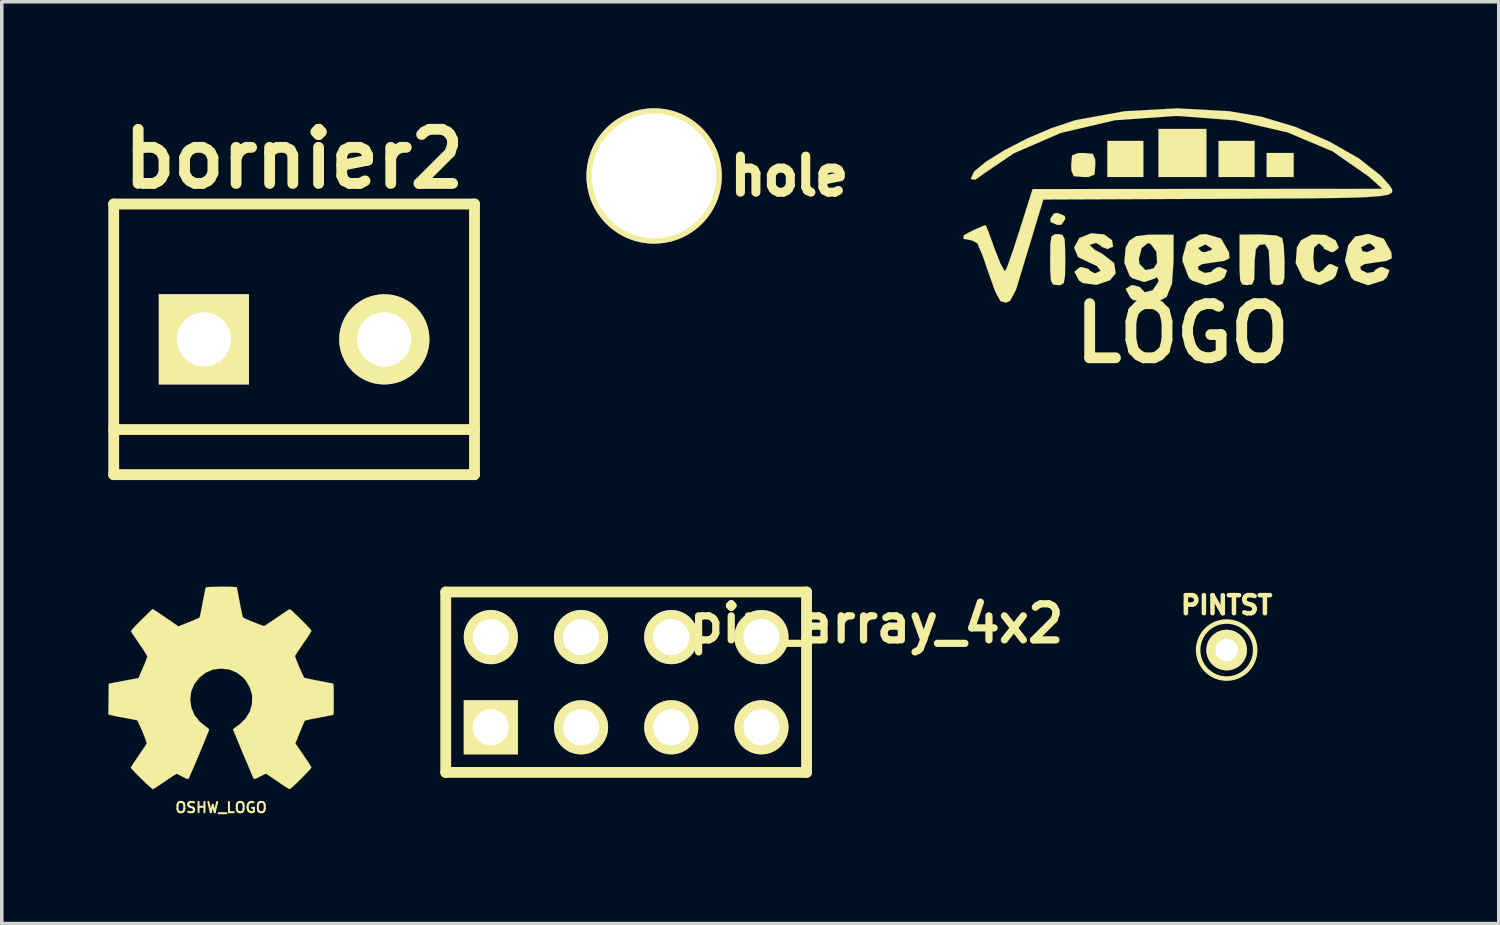
<source format=kicad_pcb>
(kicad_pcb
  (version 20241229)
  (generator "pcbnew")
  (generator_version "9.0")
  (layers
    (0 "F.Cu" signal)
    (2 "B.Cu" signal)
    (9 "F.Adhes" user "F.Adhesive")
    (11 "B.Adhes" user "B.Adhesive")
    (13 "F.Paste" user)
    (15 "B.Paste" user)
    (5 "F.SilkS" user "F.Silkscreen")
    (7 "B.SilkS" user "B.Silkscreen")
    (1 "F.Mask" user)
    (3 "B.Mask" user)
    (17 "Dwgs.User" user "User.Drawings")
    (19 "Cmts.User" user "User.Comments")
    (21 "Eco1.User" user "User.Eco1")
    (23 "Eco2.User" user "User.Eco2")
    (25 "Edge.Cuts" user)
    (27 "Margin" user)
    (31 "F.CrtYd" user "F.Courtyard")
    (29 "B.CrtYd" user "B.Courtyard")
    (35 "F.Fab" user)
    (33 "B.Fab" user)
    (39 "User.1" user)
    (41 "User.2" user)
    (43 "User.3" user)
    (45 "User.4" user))
  (footprint "LOGO"
    (layer "F.Cu")
    (at 30.248 2.696)
    (property "Reference" "LOGO" (at 0 3.64 0) (layer "F.SilkS") (effects (font (size 1.524 1.524) (thickness 0.305))))
    (attr through_hole)
    (fp_poly (pts (xy -1.1 -0.762) (xy -1.1 -1.778) (xy -2.116 -1.778) (xy -2.116 -0.762) (xy -1.1 -0.762)) (stroke (width 0.003) (type solid)) (fill yes) (layer "F.SilkS"))
    (fp_poly (pts (xy 0.676 -0.762) (xy 0.676 -2.116) (xy -0.676 -2.116) (xy -0.676 -0.762) (xy 0.676 -0.762)) (stroke (width 0.003) (type solid)) (fill yes) (layer "F.SilkS"))
    (fp_poly (pts (xy 2.032 -0.762) (xy 2.032 -1.778) (xy 1.016 -1.778) (xy 1.016 -0.762) (xy 2.032 -0.762)) (stroke (width 0.003) (type solid)) (fill yes) (layer "F.SilkS"))
    (fp_poly (pts (xy 3.132 -0.762) (xy 3.132 -1.438) (xy 2.37 -1.438) (xy 2.37 -0.762) (xy 3.132 -0.762)) (stroke (width 0.003) (type solid)) (fill yes) (layer "F.SilkS"))
    (fp_poly (pts (xy -3.513 0.592) (xy -3.404 0.579) (xy -3.299 0.422) (xy -3.315 0.335) (xy -3.513 0.251) (xy -3.619 0.264) (xy -3.724 0.422) (xy -3.711 0.508) (xy -3.513 0.592)) (stroke (width 0.003) (type solid)) (fill yes) (layer "F.SilkS"))
    (fp_poly (pts (xy -2.791 -0.762) (xy -2.639 -0.762) (xy -2.477 -0.831) (xy -2.454 -1.1) (xy -2.456 -1.255) (xy -2.525 -1.415) (xy -2.791 -1.438) (xy -2.946 -1.435) (xy -3.109 -1.369) (xy -3.132 -1.1) (xy -3.129 -0.945) (xy -3.061 -0.785) (xy -2.791 -0.762)) (stroke (width 0.003) (type solid)) (fill yes) (layer "F.SilkS"))
    (fp_poly (pts (xy -3.513 2.283) (xy -3.432 2.281) (xy -3.34 2.223) (xy -3.307 2.017) (xy -3.299 1.565) (xy -3.302 1.29) (xy -3.32 0.98) (xy -3.381 0.864) (xy -3.513 0.846) (xy -3.594 0.848) (xy -3.686 0.907) (xy -3.719 1.115) (xy -3.724 1.565) (xy -3.724 1.839) (xy -3.706 2.149) (xy -3.645 2.266) (xy -3.513 2.283)) (stroke (width 0.003) (type solid)) (fill yes) (layer "F.SilkS"))
    (fp_poly (pts (xy 2.667 2.283) (xy 2.705 2.283) (xy 2.824 2.248) (xy 2.87 2.078) (xy 2.875 1.671) (xy 2.875 1.593) (xy 2.852 1.176) (xy 2.809 0.955) (xy 2.634 0.884) (xy 2.177 0.856) (xy 1.608 0.861) (xy 1.608 1.572) (xy 1.608 1.836) (xy 1.626 2.149) (xy 1.687 2.266) (xy 1.819 2.283) (xy 1.963 2.261) (xy 2.022 2.116) (xy 2.032 1.742) (xy 2.032 1.621) (xy 2.065 1.278) (xy 2.167 1.151) (xy 2.327 1.13) (xy 2.428 1.3) (xy 2.454 1.74) (xy 2.464 2.113) (xy 2.52 2.261) (xy 2.667 2.283)) (stroke (width 0.003) (type solid)) (fill yes) (layer "F.SilkS"))
    (fp_poly (pts (xy 3.863 2.281) (xy 4.232 2.116) (xy 4.315 2.019) (xy 4.389 1.786) (xy 4.191 1.692) (xy 4.12 1.697) (xy 3.978 1.826) (xy 3.975 1.849) (xy 3.83 1.93) (xy 3.716 1.836) (xy 3.683 1.521) (xy 3.708 1.227) (xy 3.83 1.115) (xy 3.858 1.113) (xy 3.978 1.219) (xy 3.985 1.262) (xy 4.191 1.354) (xy 4.26 1.349) (xy 4.402 1.232) (xy 4.315 1.026) (xy 4.021 0.869) (xy 3.647 0.859) (xy 3.338 1.021) (xy 3.223 1.217) (xy 3.19 1.664) (xy 3.381 2.068) (xy 3.47 2.149) (xy 3.863 2.281)) (stroke (width 0.003) (type solid)) (fill yes) (layer "F.SilkS"))
    (fp_poly (pts (xy -2.423 2.276) (xy -2.045 2.149) (xy -1.88 1.951) (xy -1.925 1.659) (xy -2.263 1.397) (xy -2.471 1.29) (xy -2.616 1.151) (xy -2.454 1.1) (xy -2.416 1.102) (xy -2.283 1.184) (xy -2.281 1.204) (xy -2.116 1.267) (xy -1.953 1.199) (xy -1.981 1.019) (xy -2.207 0.856) (xy -2.565 0.823) (xy -2.903 0.955) (xy -3.045 1.212) (xy -3.045 1.245) (xy -2.939 1.494) (xy -2.586 1.664) (xy -2.41 1.745) (xy -2.304 1.88) (xy -2.446 1.946) (xy -2.492 1.943) (xy -2.624 1.862) (xy -2.639 1.831) (xy -2.835 1.775) (xy -2.893 1.781) (xy -3.043 1.908) (xy -2.913 2.151) (xy -2.804 2.225) (xy -2.423 2.276)) (stroke (width 0.003) (type solid)) (fill yes) (layer "F.SilkS"))
    (fp_poly (pts (xy 5.227 2.286) (xy 5.652 2.154) (xy 5.756 2.065) (xy 5.829 1.864) (xy 5.629 1.775) (xy 5.552 1.783) (xy 5.418 1.862) (xy 5.39 1.91) (xy 5.204 1.941) (xy 5.032 1.857) (xy 5.004 1.768) (xy 5.121 1.692) (xy 5.199 1.681) (xy 5.199 1.354) (xy 5.072 1.331) (xy 5.029 1.217) (xy 5.232 1.115) (xy 5.288 1.11) (xy 5.418 1.219) (xy 5.41 1.265) (xy 5.199 1.354) (xy 5.199 1.681) (xy 5.497 1.636) (xy 5.751 1.6) (xy 5.895 1.527) (xy 5.883 1.361) (xy 5.669 0.978) (xy 5.255 0.846) (xy 5.194 0.848) (xy 4.864 0.914) (xy 4.669 1.158) (xy 4.577 1.6) (xy 4.747 2.062) (xy 4.834 2.149) (xy 5.227 2.286)) (stroke (width 0.003) (type solid)) (fill yes) (layer "F.SilkS"))
    (fp_poly (pts (xy 0.655 2.286) (xy 1.079 2.154) (xy 1.184 2.065) (xy 1.257 1.864) (xy 1.057 1.775) (xy 0.98 1.783) (xy 0.846 1.862) (xy 0.818 1.91) (xy 0.632 1.941) (xy 0.46 1.857) (xy 0.432 1.768) (xy 0.549 1.692) (xy 0.635 1.679) (xy 0.635 1.354) (xy 0.546 1.346) (xy 0.445 1.247) (xy 0.45 1.234) (xy 0.635 1.14) (xy 0.655 1.143) (xy 0.826 1.247) (xy 0.826 1.29) (xy 0.635 1.354) (xy 0.635 1.679) (xy 0.925 1.636) (xy 1.179 1.6) (xy 1.323 1.527) (xy 1.311 1.361) (xy 1.087 0.97) (xy 0.663 0.846) (xy 0.49 0.859) (xy 0.124 1.067) (xy 0 1.511) (xy 0.005 1.615) (xy 0.175 2.062) (xy 0.262 2.149) (xy 0.655 2.286)) (stroke (width 0.003) (type solid)) (fill yes) (layer "F.SilkS"))
    (fp_poly (pts (xy -0.965 2.794) (xy -0.737 2.774) (xy -0.445 2.616) (xy -0.295 2.245) (xy -0.251 1.605) (xy -0.251 0.864) (xy -0.795 0.861) (xy -0.965 0.864) (xy -1.303 0.904) (xy -1.494 1.029) (xy -1.6 1.222) (xy -1.636 1.654) (xy -1.486 2.024) (xy -1.415 2.088) (xy -1.077 2.197) (xy -1.041 2.184) (xy -1.041 1.859) (xy -1.212 1.684) (xy -1.227 1.537) (xy -1.148 1.24) (xy -0.978 1.1) (xy -0.899 1.12) (xy -0.734 1.341) (xy -0.714 1.659) (xy -0.813 1.814) (xy -1.041 1.859) (xy -1.041 2.184) (xy -0.777 2.098) (xy -0.726 2.055) (xy -0.676 2.134) (xy -0.683 2.197) (xy -0.838 2.426) (xy -1.059 2.484) (xy -1.062 2.482) (xy -1.184 2.36) (xy -1.199 2.334) (xy -1.394 2.283) (xy -1.438 2.286) (xy -1.6 2.39) (xy -1.468 2.639) (xy -1.394 2.7) (xy -0.965 2.794)) (stroke (width 0.003) (type solid)) (fill yes) (layer "F.SilkS"))
    (fp_poly (pts (xy -4.968 2.776) (xy -4.851 2.723) (xy -4.686 2.41) (xy -4.595 2.113) (xy -3.917 -0.127) (xy 1.003 -0.147) (xy 2.461 -0.155) (xy 3.609 -0.16) (xy 4.483 -0.173) (xy 5.118 -0.191) (xy 5.545 -0.221) (xy 5.796 -0.264) (xy 5.905 -0.328) (xy 5.905 -0.414) (xy 5.829 -0.526) (xy 5.707 -0.668) (xy 5.591 -0.795) (xy 4.966 -1.288) (xy 4.13 -1.763) (xy 3.183 -2.172) (xy 2.215 -2.461) (xy 1.318 -2.614) (xy -0.14 -2.695) (xy -1.631 -2.614) (xy -2.992 -2.367) (xy -3.04 -2.355) (xy -3.693 -2.136) (xy -4.371 -1.847) (xy -5.004 -1.521) (xy -5.524 -1.199) (xy -5.865 -0.919) (xy -5.956 -0.719) (xy -5.946 -0.699) (xy -5.832 -0.686) (xy -5.558 -0.881) (xy -4.747 -1.43) (xy -3.424 -2.004) (xy -1.9 -2.36) (xy -0.211 -2.479) (xy -0.107 -2.479) (xy 1.499 -2.355) (xy 2.962 -2.017) (xy 4.229 -1.483) (xy 5.253 -0.77) (xy 5.629 -0.429) (xy -4.221 -0.422) (xy -4.582 0.721) (xy -4.765 1.285) (xy -4.91 1.702) (xy -4.989 1.885) (xy -5.014 1.877) (xy -5.128 1.669) (xy -5.286 1.27) (xy -5.347 1.095) (xy -5.481 0.734) (xy -5.545 0.592) (xy -5.639 0.627) (xy -5.923 0.752) (xy -6.162 0.881) (xy -6.167 0.98) (xy -5.913 1.029) (xy -5.776 1.107) (xy -5.626 1.455) (xy -5.499 1.826) (xy -5.314 2.352) (xy -5.26 2.489) (xy -5.123 2.736) (xy -4.968 2.776)) (stroke (width 0.003) (type solid)) (fill yes) (layer "F.SilkS")))
  (footprint "bornier2"
    (layer "F.Cu")
    (at 5.232 6.506)
    (property "Reference" "bornier2" (at 0 -5.08 0) (layer "F.SilkS") (effects (font (size 1.524 1.524) (thickness 0.305))))
    (attr through_hole)
    (fp_line (start -5.08 -3.81) (end -5.08 3.81) (stroke (width 0.305) (type solid)) (layer "F.SilkS"))
    (fp_line (start -5.08 3.81) (end 5.08 3.81) (stroke (width 0.305) (type solid)) (layer "F.SilkS"))
    (fp_line (start 5.08 -3.81) (end -5.08 -3.81) (stroke (width 0.305) (type solid)) (layer "F.SilkS"))
    (fp_line (start 5.08 2.54) (end -5.08 2.54) (stroke (width 0.305) (type solid)) (layer "F.SilkS"))
    (fp_line (start 5.08 3.81) (end 5.08 -3.81) (stroke (width 0.305) (type solid)) (layer "F.SilkS"))
    (pad "1" thru_hole rect (at -2.54 0) (size 2.54 2.54) (drill 1.524) (layers "*.Cu" "*.Mask" "F.SilkS"))
    (pad "2" thru_hole circle (at 2.54 0) (size 2.54 2.54) (drill 1.524) (layers "*.Cu" "*.Mask" "F.SilkS")))
  (footprint "pin_array_4x2"
    (layer "F.Cu")
    (at 14.582 16.161)
    (property "Reference" "pin_array_4x2" (at 7.048 -1.651 0) (layer "F.SilkS") (effects (font (size 1.016 1.016) (thickness 0.203))))
    (attr through_hole)
    (fp_line (start -5.08 -2.54) (end 5.08 -2.54) (stroke (width 0.305) (type solid)) (layer "F.SilkS"))
    (fp_line (start -5.08 2.54) (end -5.08 -2.54) (stroke (width 0.305) (type solid)) (layer "F.SilkS"))
    (fp_line (start 5.08 -2.54) (end 5.08 2.54) (stroke (width 0.305) (type solid)) (layer "F.SilkS"))
    (fp_line (start 5.08 2.54) (end -5.08 2.54) (stroke (width 0.305) (type solid)) (layer "F.SilkS"))
    (pad "1" thru_hole rect (at -3.81 1.27) (size 1.524 1.524) (drill 1.016) (layers "*.Cu" "*.Mask" "F.SilkS"))
    (pad "2" thru_hole circle (at -3.81 -1.27) (size 1.524 1.524) (drill 1.016) (layers "*.Cu" "*.Mask" "F.SilkS"))
    (pad "3" thru_hole circle (at -1.27 1.27) (size 1.524 1.524) (drill 1.016) (layers "*.Cu" "*.Mask" "F.SilkS"))
    (pad "4" thru_hole circle (at -1.27 -1.27) (size 1.524 1.524) (drill 1.016) (layers "*.Cu" "*.Mask" "F.SilkS"))
    (pad "5" thru_hole circle (at 1.27 1.27) (size 1.524 1.524) (drill 1.016) (layers "*.Cu" "*.Mask" "F.SilkS"))
    (pad "6" thru_hole circle (at 1.27 -1.27) (size 1.524 1.524) (drill 1.016) (layers "*.Cu" "*.Mask" "F.SilkS"))
    (pad "7" thru_hole circle (at 3.81 1.27) (size 1.524 1.524) (drill 1.016) (layers "*.Cu" "*.Mask" "F.SilkS"))
    (pad "8" thru_hole circle (at 3.81 -1.27) (size 1.524 1.524) (drill 1.016) (layers "*.Cu" "*.Mask" "F.SilkS")))
  (footprint "PINTST"
    (layer "F.Cu")
    (at 31.493 15.256)
    (property "Reference" "PINTST" (at 0 -1.267 0) (layer "F.SilkS") (effects (font (size 0.508 0.508) (thickness 0.127))))
    (attr through_hole)
    (fp_circle (center 0 0) (end -0.254 -0.762) (stroke (width 0.127) (type solid)) (fill no) (layer "F.SilkS"))
    (pad "1" thru_hole circle (at 0 0) (size 1.143 1.143) (drill 0.635) (layers "*.Cu" "*.Mask" "F.SilkS")))
  (footprint "OSHW_LOGO"
    (layer "F.Cu")
    (at 3.176 16.323)
    (property "Reference" "OSHW_LOGO" (at 0 3.368 0) (layer "F.SilkS") (effects (font (size 0.29 0.29) (thickness 0.056))))
    (attr through_hole)
    (fp_poly (pts (xy -1.925 2.852) (xy -1.89 2.835) (xy -1.816 2.786) (xy -1.709 2.718) (xy -1.585 2.634) (xy -1.46 2.548) (xy -1.356 2.479) (xy -1.283 2.433) (xy -1.252 2.416) (xy -1.237 2.423) (xy -1.176 2.451) (xy -1.09 2.497) (xy -1.041 2.522) (xy -0.96 2.558) (xy -0.922 2.563) (xy -0.914 2.553) (xy -0.886 2.492) (xy -0.841 2.388) (xy -0.78 2.25) (xy -0.711 2.088) (xy -0.638 1.915) (xy -0.564 1.737) (xy -0.493 1.57) (xy -0.432 1.417) (xy -0.381 1.293) (xy -0.348 1.206) (xy -0.338 1.171) (xy -0.34 1.163) (xy -0.381 1.123) (xy -0.45 1.072) (xy -0.599 0.95) (xy -0.749 0.765) (xy -0.838 0.554) (xy -0.869 0.32) (xy -0.843 0.104) (xy -0.757 -0.104) (xy -0.612 -0.29) (xy -0.437 -0.429) (xy -0.231 -0.518) (xy 0 -0.546) (xy 0.221 -0.521) (xy 0.434 -0.437) (xy 0.62 -0.295) (xy 0.699 -0.203) (xy 0.808 -0.013) (xy 0.871 0.188) (xy 0.876 0.241) (xy 0.869 0.462) (xy 0.803 0.676) (xy 0.683 0.869) (xy 0.521 1.024) (xy 0.5 1.039) (xy 0.424 1.095) (xy 0.373 1.135) (xy 0.335 1.168) (xy 0.617 1.852) (xy 0.663 1.961) (xy 0.742 2.146) (xy 0.81 2.306) (xy 0.864 2.436) (xy 0.902 2.522) (xy 0.919 2.555) (xy 0.922 2.558) (xy 0.945 2.563) (xy 0.998 2.543) (xy 1.092 2.497) (xy 1.156 2.464) (xy 1.229 2.428) (xy 1.262 2.416) (xy 1.29 2.431) (xy 1.359 2.477) (xy 1.46 2.545) (xy 1.582 2.626) (xy 1.699 2.708) (xy 1.806 2.776) (xy 1.885 2.827) (xy 1.923 2.847) (xy 1.928 2.847) (xy 1.963 2.83) (xy 2.024 2.776) (xy 2.116 2.69) (xy 2.248 2.56) (xy 2.268 2.54) (xy 2.377 2.428) (xy 2.464 2.337) (xy 2.525 2.271) (xy 2.545 2.24) (xy 2.525 2.205) (xy 2.477 2.126) (xy 2.405 2.017) (xy 2.319 1.89) (xy 2.093 1.562) (xy 2.217 1.252) (xy 2.256 1.156) (xy 2.304 1.041) (xy 2.339 0.96) (xy 2.357 0.922) (xy 2.393 0.912) (xy 2.477 0.892) (xy 2.598 0.866) (xy 2.746 0.838) (xy 2.885 0.813) (xy 3.012 0.787) (xy 3.104 0.77) (xy 3.145 0.762) (xy 3.155 0.757) (xy 3.162 0.737) (xy 3.17 0.693) (xy 3.172 0.617) (xy 3.172 0.495) (xy 3.172 0.32) (xy 3.172 0.302) (xy 3.172 0.135) (xy 3.17 0.003) (xy 3.165 -0.084) (xy 3.16 -0.119) (xy 3.157 -0.119) (xy 3.119 -0.13) (xy 3.03 -0.147) (xy 2.903 -0.173) (xy 2.753 -0.201) (xy 2.743 -0.203) (xy 2.593 -0.231) (xy 2.466 -0.259) (xy 2.38 -0.279) (xy 2.342 -0.29) (xy 2.334 -0.3) (xy 2.304 -0.358) (xy 2.261 -0.452) (xy 2.21 -0.566) (xy 2.162 -0.683) (xy 2.118 -0.79) (xy 2.09 -0.869) (xy 2.083 -0.904) (xy 2.083 -0.907) (xy 2.106 -0.942) (xy 2.156 -1.019) (xy 2.23 -1.128) (xy 2.316 -1.255) (xy 2.324 -1.265) (xy 2.41 -1.392) (xy 2.482 -1.499) (xy 2.527 -1.575) (xy 2.545 -1.61) (xy 2.545 -1.613) (xy 2.517 -1.651) (xy 2.451 -1.722) (xy 2.36 -1.819) (xy 2.248 -1.93) (xy 2.212 -1.966) (xy 2.088 -2.085) (xy 2.004 -2.167) (xy 1.951 -2.207) (xy 1.925 -2.217) (xy 1.923 -2.215) (xy 1.885 -2.192) (xy 1.806 -2.141) (xy 1.697 -2.068) (xy 1.567 -1.979) (xy 1.557 -1.974) (xy 1.433 -1.887) (xy 1.326 -1.816) (xy 1.25 -1.765) (xy 1.217 -1.745) (xy 1.212 -1.745) (xy 1.161 -1.76) (xy 1.069 -1.793) (xy 0.96 -1.836) (xy 0.841 -1.882) (xy 0.734 -1.928) (xy 0.655 -1.966) (xy 0.617 -1.986) (xy 0.617 -1.989) (xy 0.602 -2.035) (xy 0.582 -2.129) (xy 0.554 -2.258) (xy 0.523 -2.416) (xy 0.521 -2.438) (xy 0.49 -2.591) (xy 0.467 -2.715) (xy 0.45 -2.802) (xy 0.439 -2.837) (xy 0.419 -2.842) (xy 0.345 -2.847) (xy 0.231 -2.85) (xy 0.097 -2.852) (xy -0.048 -2.852) (xy -0.188 -2.847) (xy -0.307 -2.845) (xy -0.394 -2.837) (xy -0.429 -2.832) (xy -0.429 -2.83) (xy -0.445 -2.781) (xy -0.465 -2.687) (xy -0.49 -2.555) (xy -0.521 -2.4) (xy -0.526 -2.372) (xy -0.554 -2.223) (xy -0.579 -2.098) (xy -0.599 -2.012) (xy -0.607 -1.979) (xy -0.622 -1.971) (xy -0.683 -1.946) (xy -0.785 -1.902) (xy -0.909 -1.852) (xy -1.201 -1.735) (xy -1.557 -1.979) (xy -1.59 -2.002) (xy -1.717 -2.088) (xy -1.824 -2.159) (xy -1.897 -2.205) (xy -1.928 -2.223) (xy -1.93 -2.223) (xy -1.966 -2.189) (xy -2.035 -2.123) (xy -2.131 -2.029) (xy -2.245 -1.918) (xy -2.327 -1.836) (xy -2.426 -1.735) (xy -2.487 -1.669) (xy -2.522 -1.626) (xy -2.535 -1.6) (xy -2.53 -1.582) (xy -2.507 -1.544) (xy -2.456 -1.468) (xy -2.383 -1.359) (xy -2.296 -1.232) (xy -2.225 -1.128) (xy -2.146 -1.008) (xy -2.095 -0.922) (xy -2.078 -0.881) (xy -2.083 -0.864) (xy -2.108 -0.792) (xy -2.151 -0.688) (xy -2.205 -0.561) (xy -2.327 -0.279) (xy -2.512 -0.244) (xy -2.624 -0.224) (xy -2.781 -0.193) (xy -2.931 -0.165) (xy -3.165 -0.119) (xy -3.175 0.742) (xy -3.137 0.757) (xy -3.104 0.765) (xy -3.018 0.785) (xy -2.893 0.81) (xy -2.746 0.836) (xy -2.621 0.861) (xy -2.497 0.884) (xy -2.405 0.902) (xy -2.367 0.909) (xy -2.357 0.922) (xy -2.324 0.983) (xy -2.281 1.079) (xy -2.23 1.196) (xy -2.179 1.318) (xy -2.136 1.427) (xy -2.106 1.514) (xy -2.093 1.557) (xy -2.111 1.59) (xy -2.159 1.664) (xy -2.228 1.768) (xy -2.314 1.892) (xy -2.398 2.017) (xy -2.469 2.123) (xy -2.52 2.202) (xy -2.54 2.235) (xy -2.53 2.261) (xy -2.482 2.319) (xy -2.388 2.418) (xy -2.248 2.555) (xy -2.225 2.578) (xy -2.113 2.685) (xy -2.019 2.771) (xy -1.953 2.83) (xy -1.925 2.852)) (stroke (width 0.003) (type solid)) (fill yes) (layer "F.SilkS")))
  (footprint "hole"
    (layer "F.Cu")
    (at 15.37 1.905)
    (property "Reference" "hole" (at 3.81 0 0) (layer "F.SilkS") (effects (font (size 1.016 1.016) (thickness 0.254))))
    (attr through_hole)
    (pad "1" thru_hole circle (at 0 0) (size 3.81 3.81) (drill 3.5) (layers "*.Cu" "*.Mask" "F.SilkS")))
  (gr_rect
    (start -3 -3)
    (end 39.155 22.958)
    (stroke (width 0.1) (type default))
    (fill no)
    (layer "Edge.Cuts")))
</source>
